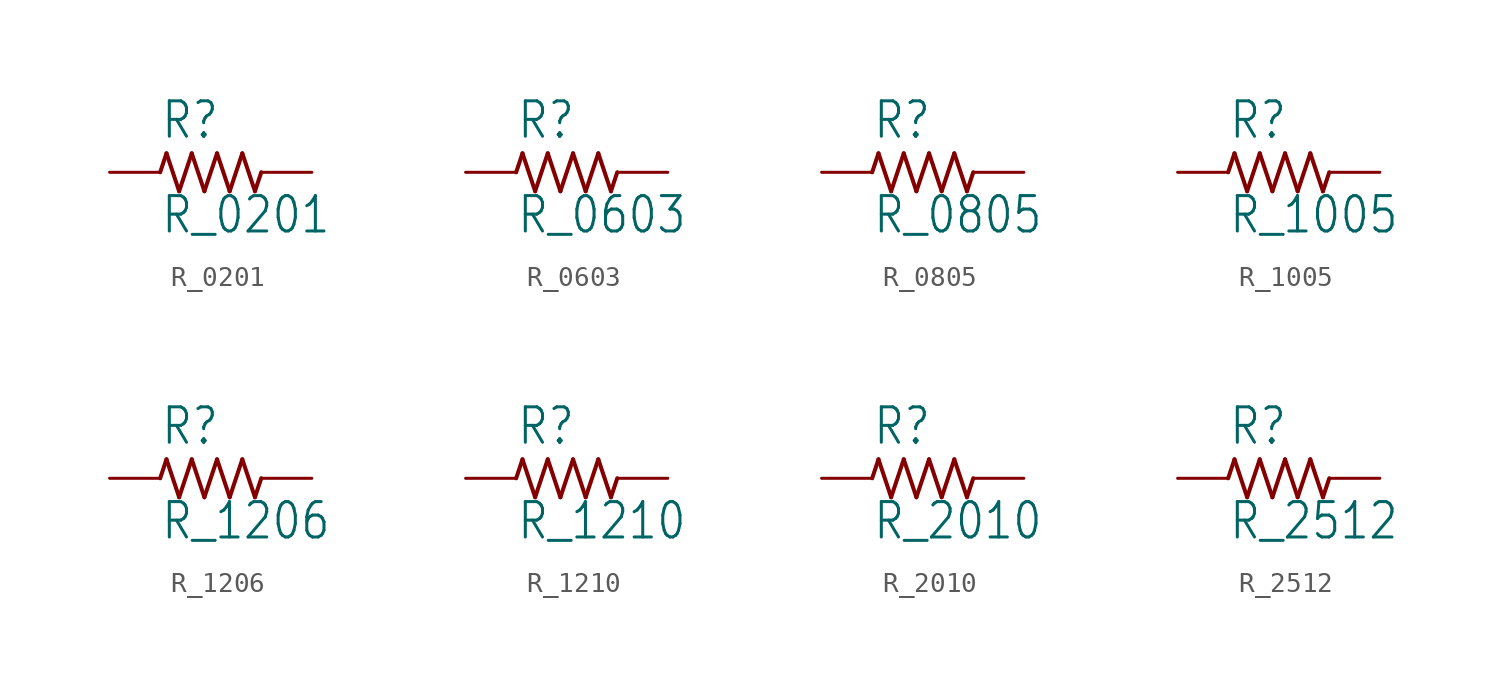
<source format=kicad_sym>
(kicad_symbol_lib
  (version 20211014)
  (generator kicad_symbol_editor)
  (symbol "R_0201"
    (property "Reference" "R"
      (at -2.54 1.587 0)
      (effects (font (size 1.778 1.511)) (justify left bottom)))
    (property "Value" "R_0201"
      (at -2.54 -3.175 0)
      (effects (font (size 1.778 1.511)) (justify left bottom)))
    (property "ki_locked" ""
      (at 0 0 0)
      (effects (font (size 1.27 1.27))))
    (symbol "R_0201_1_0"
      (polyline (pts (xy -2.54 0) (xy -2.223 0.953)) (stroke (width 0.203) (type default) (color 0 0 0 0)) (fill (type none)))
      (polyline (pts (xy -2.223 0.953) (xy -1.587 -0.953)) (stroke (width 0.203) (type default) (color 0 0 0 0)) (fill (type none)))
      (polyline (pts (xy -1.587 -0.953) (xy -0.953 0.953)) (stroke (width 0.203) (type default) (color 0 0 0 0)) (fill (type none)))
      (polyline (pts (xy -0.953 0.953) (xy -0.318 -0.953)) (stroke (width 0.203) (type default) (color 0 0 0 0)) (fill (type none)))
      (polyline (pts (xy -0.318 -0.953) (xy 0.318 0.953)) (stroke (width 0.203) (type default) (color 0 0 0 0)) (fill (type none)))
      (polyline (pts (xy 0.318 0.953) (xy 0.953 -0.953)) (stroke (width 0.203) (type default) (color 0 0 0 0)) (fill (type none)))
      (polyline (pts (xy 0.953 -0.953) (xy 1.587 0.953)) (stroke (width 0.203) (type default) (color 0 0 0 0)) (fill (type none)))
      (polyline (pts (xy 1.587 0.953) (xy 2.223 -0.953)) (stroke (width 0.203) (type default) (color 0 0 0 0)) (fill (type none)))
      (polyline (pts (xy 2.223 -0.953) (xy 2.54 0)) (stroke (width 0.203) (type default) (color 0 0 0 0)) (fill (type none)))
      (pin passive line (at -5.08 0 0) (length 2.54) (name "1" (effects (font (size 0 0)))) (number "1" (effects (font (size 0 0)))))
      (pin passive line (at 5.08 0 180) (length 2.54) (name "2" (effects (font (size 0 0)))) (number "2" (effects (font (size 0 0)))))))
  (symbol "R_0603"
    (property "Reference" "R"
      (at -2.54 1.587 0)
      (effects (font (size 1.778 1.511)) (justify left bottom)))
    (property "Value" "R_0603"
      (at -2.54 -3.175 0)
      (effects (font (size 1.778 1.511)) (justify left bottom)))
    (property "ki_locked" ""
      (at 0 0 0)
      (effects (font (size 1.27 1.27))))
    (symbol "R_0603_1_0"
      (polyline (pts (xy -2.54 0) (xy -2.223 0.953)) (stroke (width 0.203) (type default) (color 0 0 0 0)) (fill (type none)))
      (polyline (pts (xy -2.223 0.953) (xy -1.587 -0.953)) (stroke (width 0.203) (type default) (color 0 0 0 0)) (fill (type none)))
      (polyline (pts (xy -1.587 -0.953) (xy -0.953 0.953)) (stroke (width 0.203) (type default) (color 0 0 0 0)) (fill (type none)))
      (polyline (pts (xy -0.953 0.953) (xy -0.318 -0.953)) (stroke (width 0.203) (type default) (color 0 0 0 0)) (fill (type none)))
      (polyline (pts (xy -0.318 -0.953) (xy 0.318 0.953)) (stroke (width 0.203) (type default) (color 0 0 0 0)) (fill (type none)))
      (polyline (pts (xy 0.318 0.953) (xy 0.953 -0.953)) (stroke (width 0.203) (type default) (color 0 0 0 0)) (fill (type none)))
      (polyline (pts (xy 0.953 -0.953) (xy 1.587 0.953)) (stroke (width 0.203) (type default) (color 0 0 0 0)) (fill (type none)))
      (polyline (pts (xy 1.587 0.953) (xy 2.223 -0.953)) (stroke (width 0.203) (type default) (color 0 0 0 0)) (fill (type none)))
      (polyline (pts (xy 2.223 -0.953) (xy 2.54 0)) (stroke (width 0.203) (type default) (color 0 0 0 0)) (fill (type none)))
      (pin passive line (at -5.08 0 0) (length 2.54) (name "1" (effects (font (size 0 0)))) (number "1" (effects (font (size 0 0)))))
      (pin passive line (at 5.08 0 180) (length 2.54) (name "2" (effects (font (size 0 0)))) (number "2" (effects (font (size 0 0)))))))
  (symbol "R_0805"
    (property "Reference" "R"
      (at -2.54 1.587 0)
      (effects (font (size 1.778 1.511)) (justify left bottom)))
    (property "Value" "R_0805"
      (at -2.54 -3.175 0)
      (effects (font (size 1.778 1.511)) (justify left bottom)))
    (property "ki_locked" ""
      (at 0 0 0)
      (effects (font (size 1.27 1.27))))
    (symbol "R_0805_1_0"
      (polyline (pts (xy -2.54 0) (xy -2.223 0.953)) (stroke (width 0.203) (type default) (color 0 0 0 0)) (fill (type none)))
      (polyline (pts (xy -2.223 0.953) (xy -1.587 -0.953)) (stroke (width 0.203) (type default) (color 0 0 0 0)) (fill (type none)))
      (polyline (pts (xy -1.587 -0.953) (xy -0.953 0.953)) (stroke (width 0.203) (type default) (color 0 0 0 0)) (fill (type none)))
      (polyline (pts (xy -0.953 0.953) (xy -0.318 -0.953)) (stroke (width 0.203) (type default) (color 0 0 0 0)) (fill (type none)))
      (polyline (pts (xy -0.318 -0.953) (xy 0.318 0.953)) (stroke (width 0.203) (type default) (color 0 0 0 0)) (fill (type none)))
      (polyline (pts (xy 0.318 0.953) (xy 0.953 -0.953)) (stroke (width 0.203) (type default) (color 0 0 0 0)) (fill (type none)))
      (polyline (pts (xy 0.953 -0.953) (xy 1.587 0.953)) (stroke (width 0.203) (type default) (color 0 0 0 0)) (fill (type none)))
      (polyline (pts (xy 1.587 0.953) (xy 2.223 -0.953)) (stroke (width 0.203) (type default) (color 0 0 0 0)) (fill (type none)))
      (polyline (pts (xy 2.223 -0.953) (xy 2.54 0)) (stroke (width 0.203) (type default) (color 0 0 0 0)) (fill (type none)))
      (pin passive line (at -5.08 0 0) (length 2.54) (name "1" (effects (font (size 0 0)))) (number "1" (effects (font (size 0 0)))))
      (pin passive line (at 5.08 0 180) (length 2.54) (name "2" (effects (font (size 0 0)))) (number "2" (effects (font (size 0 0)))))))
  (symbol "R_1005"
    (property "Reference" "R"
      (at -2.54 1.587 0)
      (effects (font (size 1.778 1.511)) (justify left bottom)))
    (property "Value" "R_1005"
      (at -2.54 -3.175 0)
      (effects (font (size 1.778 1.511)) (justify left bottom)))
    (property "ki_locked" ""
      (at 0 0 0)
      (effects (font (size 1.27 1.27))))
    (symbol "R_1005_1_0"
      (polyline (pts (xy -2.54 0) (xy -2.223 0.953)) (stroke (width 0.203) (type default) (color 0 0 0 0)) (fill (type none)))
      (polyline (pts (xy -2.223 0.953) (xy -1.587 -0.953)) (stroke (width 0.203) (type default) (color 0 0 0 0)) (fill (type none)))
      (polyline (pts (xy -1.587 -0.953) (xy -0.953 0.953)) (stroke (width 0.203) (type default) (color 0 0 0 0)) (fill (type none)))
      (polyline (pts (xy -0.953 0.953) (xy -0.318 -0.953)) (stroke (width 0.203) (type default) (color 0 0 0 0)) (fill (type none)))
      (polyline (pts (xy -0.318 -0.953) (xy 0.318 0.953)) (stroke (width 0.203) (type default) (color 0 0 0 0)) (fill (type none)))
      (polyline (pts (xy 0.318 0.953) (xy 0.953 -0.953)) (stroke (width 0.203) (type default) (color 0 0 0 0)) (fill (type none)))
      (polyline (pts (xy 0.953 -0.953) (xy 1.587 0.953)) (stroke (width 0.203) (type default) (color 0 0 0 0)) (fill (type none)))
      (polyline (pts (xy 1.587 0.953) (xy 2.223 -0.953)) (stroke (width 0.203) (type default) (color 0 0 0 0)) (fill (type none)))
      (polyline (pts (xy 2.223 -0.953) (xy 2.54 0)) (stroke (width 0.203) (type default) (color 0 0 0 0)) (fill (type none)))
      (pin passive line (at -5.08 0 0) (length 2.54) (name "1" (effects (font (size 0 0)))) (number "1" (effects (font (size 0 0)))))
      (pin passive line (at 5.08 0 180) (length 2.54) (name "2" (effects (font (size 0 0)))) (number "2" (effects (font (size 0 0)))))))
  (symbol "R_1206"
    (property "Reference" "R"
      (at -2.54 1.587 0)
      (effects (font (size 1.778 1.511)) (justify left bottom)))
    (property "Value" "R_1206"
      (at -2.54 -3.175 0)
      (effects (font (size 1.778 1.511)) (justify left bottom)))
    (property "ki_locked" ""
      (at 0 0 0)
      (effects (font (size 1.27 1.27))))
    (symbol "R_1206_1_0"
      (polyline (pts (xy -2.54 0) (xy -2.223 0.953)) (stroke (width 0.203) (type default) (color 0 0 0 0)) (fill (type none)))
      (polyline (pts (xy -2.223 0.953) (xy -1.587 -0.953)) (stroke (width 0.203) (type default) (color 0 0 0 0)) (fill (type none)))
      (polyline (pts (xy -1.587 -0.953) (xy -0.953 0.953)) (stroke (width 0.203) (type default) (color 0 0 0 0)) (fill (type none)))
      (polyline (pts (xy -0.953 0.953) (xy -0.318 -0.953)) (stroke (width 0.203) (type default) (color 0 0 0 0)) (fill (type none)))
      (polyline (pts (xy -0.318 -0.953) (xy 0.318 0.953)) (stroke (width 0.203) (type default) (color 0 0 0 0)) (fill (type none)))
      (polyline (pts (xy 0.318 0.953) (xy 0.953 -0.953)) (stroke (width 0.203) (type default) (color 0 0 0 0)) (fill (type none)))
      (polyline (pts (xy 0.953 -0.953) (xy 1.587 0.953)) (stroke (width 0.203) (type default) (color 0 0 0 0)) (fill (type none)))
      (polyline (pts (xy 1.587 0.953) (xy 2.223 -0.953)) (stroke (width 0.203) (type default) (color 0 0 0 0)) (fill (type none)))
      (polyline (pts (xy 2.223 -0.953) (xy 2.54 0)) (stroke (width 0.203) (type default) (color 0 0 0 0)) (fill (type none)))
      (pin passive line (at -5.08 0 0) (length 2.54) (name "1" (effects (font (size 0 0)))) (number "1" (effects (font (size 0 0)))))
      (pin passive line (at 5.08 0 180) (length 2.54) (name "2" (effects (font (size 0 0)))) (number "2" (effects (font (size 0 0)))))))
  (symbol "R_1210"
    (property "Reference" "R"
      (at -2.54 1.587 0)
      (effects (font (size 1.778 1.511)) (justify left bottom)))
    (property "Value" "R_1210"
      (at -2.54 -3.175 0)
      (effects (font (size 1.778 1.511)) (justify left bottom)))
    (property "ki_locked" ""
      (at 0 0 0)
      (effects (font (size 1.27 1.27))))
    (symbol "R_1210_1_0"
      (polyline (pts (xy -2.54 0) (xy -2.223 0.953)) (stroke (width 0.203) (type default) (color 0 0 0 0)) (fill (type none)))
      (polyline (pts (xy -2.223 0.953) (xy -1.587 -0.953)) (stroke (width 0.203) (type default) (color 0 0 0 0)) (fill (type none)))
      (polyline (pts (xy -1.587 -0.953) (xy -0.953 0.953)) (stroke (width 0.203) (type default) (color 0 0 0 0)) (fill (type none)))
      (polyline (pts (xy -0.953 0.953) (xy -0.318 -0.953)) (stroke (width 0.203) (type default) (color 0 0 0 0)) (fill (type none)))
      (polyline (pts (xy -0.318 -0.953) (xy 0.318 0.953)) (stroke (width 0.203) (type default) (color 0 0 0 0)) (fill (type none)))
      (polyline (pts (xy 0.318 0.953) (xy 0.953 -0.953)) (stroke (width 0.203) (type default) (color 0 0 0 0)) (fill (type none)))
      (polyline (pts (xy 0.953 -0.953) (xy 1.587 0.953)) (stroke (width 0.203) (type default) (color 0 0 0 0)) (fill (type none)))
      (polyline (pts (xy 1.587 0.953) (xy 2.223 -0.953)) (stroke (width 0.203) (type default) (color 0 0 0 0)) (fill (type none)))
      (polyline (pts (xy 2.223 -0.953) (xy 2.54 0)) (stroke (width 0.203) (type default) (color 0 0 0 0)) (fill (type none)))
      (pin passive line (at -5.08 0 0) (length 2.54) (name "1" (effects (font (size 0 0)))) (number "1" (effects (font (size 0 0)))))
      (pin passive line (at 5.08 0 180) (length 2.54) (name "2" (effects (font (size 0 0)))) (number "2" (effects (font (size 0 0)))))))
  (symbol "R_2010"
    (property "Reference" "R"
      (at -2.54 1.587 0)
      (effects (font (size 1.778 1.511)) (justify left bottom)))
    (property "Value" "R_2010"
      (at -2.54 -3.175 0)
      (effects (font (size 1.778 1.511)) (justify left bottom)))
    (property "ki_locked" ""
      (at 0 0 0)
      (effects (font (size 1.27 1.27))))
    (symbol "R_2010_1_0"
      (polyline (pts (xy -2.54 0) (xy -2.223 0.953)) (stroke (width 0.203) (type default) (color 0 0 0 0)) (fill (type none)))
      (polyline (pts (xy -2.223 0.953) (xy -1.587 -0.953)) (stroke (width 0.203) (type default) (color 0 0 0 0)) (fill (type none)))
      (polyline (pts (xy -1.587 -0.953) (xy -0.953 0.953)) (stroke (width 0.203) (type default) (color 0 0 0 0)) (fill (type none)))
      (polyline (pts (xy -0.953 0.953) (xy -0.318 -0.953)) (stroke (width 0.203) (type default) (color 0 0 0 0)) (fill (type none)))
      (polyline (pts (xy -0.318 -0.953) (xy 0.318 0.953)) (stroke (width 0.203) (type default) (color 0 0 0 0)) (fill (type none)))
      (polyline (pts (xy 0.318 0.953) (xy 0.953 -0.953)) (stroke (width 0.203) (type default) (color 0 0 0 0)) (fill (type none)))
      (polyline (pts (xy 0.953 -0.953) (xy 1.587 0.953)) (stroke (width 0.203) (type default) (color 0 0 0 0)) (fill (type none)))
      (polyline (pts (xy 1.587 0.953) (xy 2.223 -0.953)) (stroke (width 0.203) (type default) (color 0 0 0 0)) (fill (type none)))
      (polyline (pts (xy 2.223 -0.953) (xy 2.54 0)) (stroke (width 0.203) (type default) (color 0 0 0 0)) (fill (type none)))
      (pin passive line (at -5.08 0 0) (length 2.54) (name "1" (effects (font (size 0 0)))) (number "1" (effects (font (size 0 0)))))
      (pin passive line (at 5.08 0 180) (length 2.54) (name "2" (effects (font (size 0 0)))) (number "2" (effects (font (size 0 0)))))))
  (symbol "R_2512"
    (property "Reference" "R"
      (at -2.54 1.587 0)
      (effects (font (size 1.778 1.511)) (justify left bottom)))
    (property "Value" "R_2512"
      (at -2.54 -3.175 0)
      (effects (font (size 1.778 1.511)) (justify left bottom)))
    (property "ki_locked" ""
      (at 0 0 0)
      (effects (font (size 1.27 1.27))))
    (symbol "R_2512_1_0"
      (polyline (pts (xy -2.54 0) (xy -2.223 0.953)) (stroke (width 0.203) (type default) (color 0 0 0 0)) (fill (type none)))
      (polyline (pts (xy -2.223 0.953) (xy -1.587 -0.953)) (stroke (width 0.203) (type default) (color 0 0 0 0)) (fill (type none)))
      (polyline (pts (xy -1.587 -0.953) (xy -0.953 0.953)) (stroke (width 0.203) (type default) (color 0 0 0 0)) (fill (type none)))
      (polyline (pts (xy -0.953 0.953) (xy -0.318 -0.953)) (stroke (width 0.203) (type default) (color 0 0 0 0)) (fill (type none)))
      (polyline (pts (xy -0.318 -0.953) (xy 0.318 0.953)) (stroke (width 0.203) (type default) (color 0 0 0 0)) (fill (type none)))
      (polyline (pts (xy 0.318 0.953) (xy 0.953 -0.953)) (stroke (width 0.203) (type default) (color 0 0 0 0)) (fill (type none)))
      (polyline (pts (xy 0.953 -0.953) (xy 1.587 0.953)) (stroke (width 0.203) (type default) (color 0 0 0 0)) (fill (type none)))
      (polyline (pts (xy 1.587 0.953) (xy 2.223 -0.953)) (stroke (width 0.203) (type default) (color 0 0 0 0)) (fill (type none)))
      (polyline (pts (xy 2.223 -0.953) (xy 2.54 0)) (stroke (width 0.203) (type default) (color 0 0 0 0)) (fill (type none)))
      (pin passive line (at -5.08 0 0) (length 2.54) (name "1" (effects (font (size 0 0)))) (number "1" (effects (font (size 0 0)))))
      (pin passive line (at 5.08 0 180) (length 2.54) (name "2" (effects (font (size 0 0)))) (number "2" (effects (font (size 0 0))))))))
</source>
